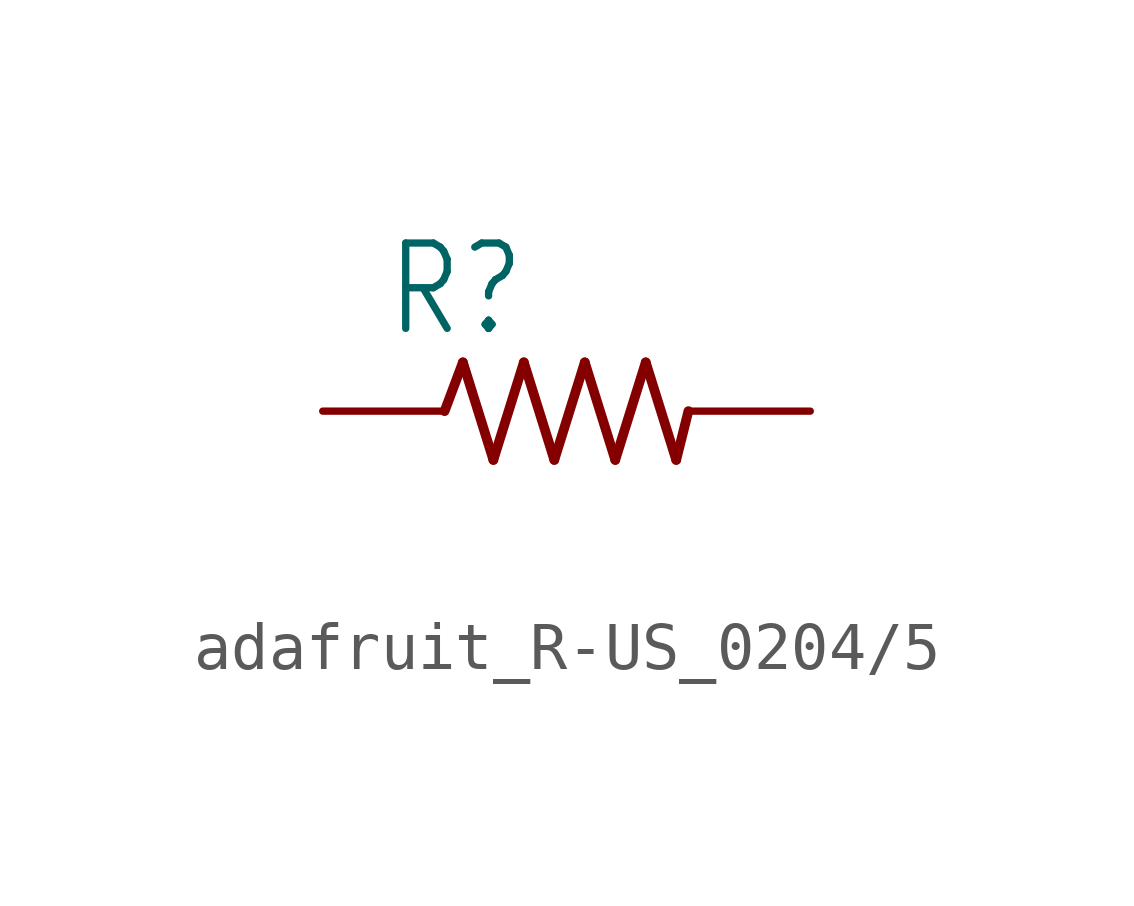
<source format=kicad_sym>
(kicad_symbol_lib
  (version 20220914)
  (generator kicad_symbol_editor)
  (symbol "adafruit_R-US_0204/5"
    (property "Reference" "R"
      (at -3.81 1.499 0)
      (effects (font (size 1.778 1.511)) (justify left bottom)))
    (property "Value" ""
      (at -3.81 -3.302 0)
      (effects (font (size 1.778 1.511)) (justify left bottom)))
    (property "ki_locked" ""
      (at 0 0 0)
      (effects (font (size 1.27 1.27))))
    (symbol "adafruit_R-US_0204/5_1_0"
      (polyline (pts (xy -2.54 0) (xy -2.159 1.016)) (stroke (width 0.203) (type solid)) (fill (type none)))
      (polyline (pts (xy -2.159 1.016) (xy -1.524 -1.016)) (stroke (width 0.203) (type solid)) (fill (type none)))
      (polyline (pts (xy -1.524 -1.016) (xy -0.889 1.016)) (stroke (width 0.203) (type solid)) (fill (type none)))
      (polyline (pts (xy -0.889 1.016) (xy -0.254 -1.016)) (stroke (width 0.203) (type solid)) (fill (type none)))
      (polyline (pts (xy -0.254 -1.016) (xy 0.381 1.016)) (stroke (width 0.203) (type solid)) (fill (type none)))
      (polyline (pts (xy 0.381 1.016) (xy 1.016 -1.016)) (stroke (width 0.203) (type solid)) (fill (type none)))
      (polyline (pts (xy 1.016 -1.016) (xy 1.651 1.016)) (stroke (width 0.203) (type solid)) (fill (type none)))
      (polyline (pts (xy 1.651 1.016) (xy 2.286 -1.016)) (stroke (width 0.203) (type solid)) (fill (type none)))
      (polyline (pts (xy 2.286 -1.016) (xy 2.54 0)) (stroke (width 0.203) (type solid)) (fill (type none)))
      (pin passive line (at -5.08 0 0) (length 2.54) (name "1" (effects (font (size 0 0)))) (number "1" (effects (font (size 0 0)))))
      (pin passive line (at 5.08 0 180) (length 2.54) (name "2" (effects (font (size 0 0)))) (number "2" (effects (font (size 0 0))))))))
</source>
